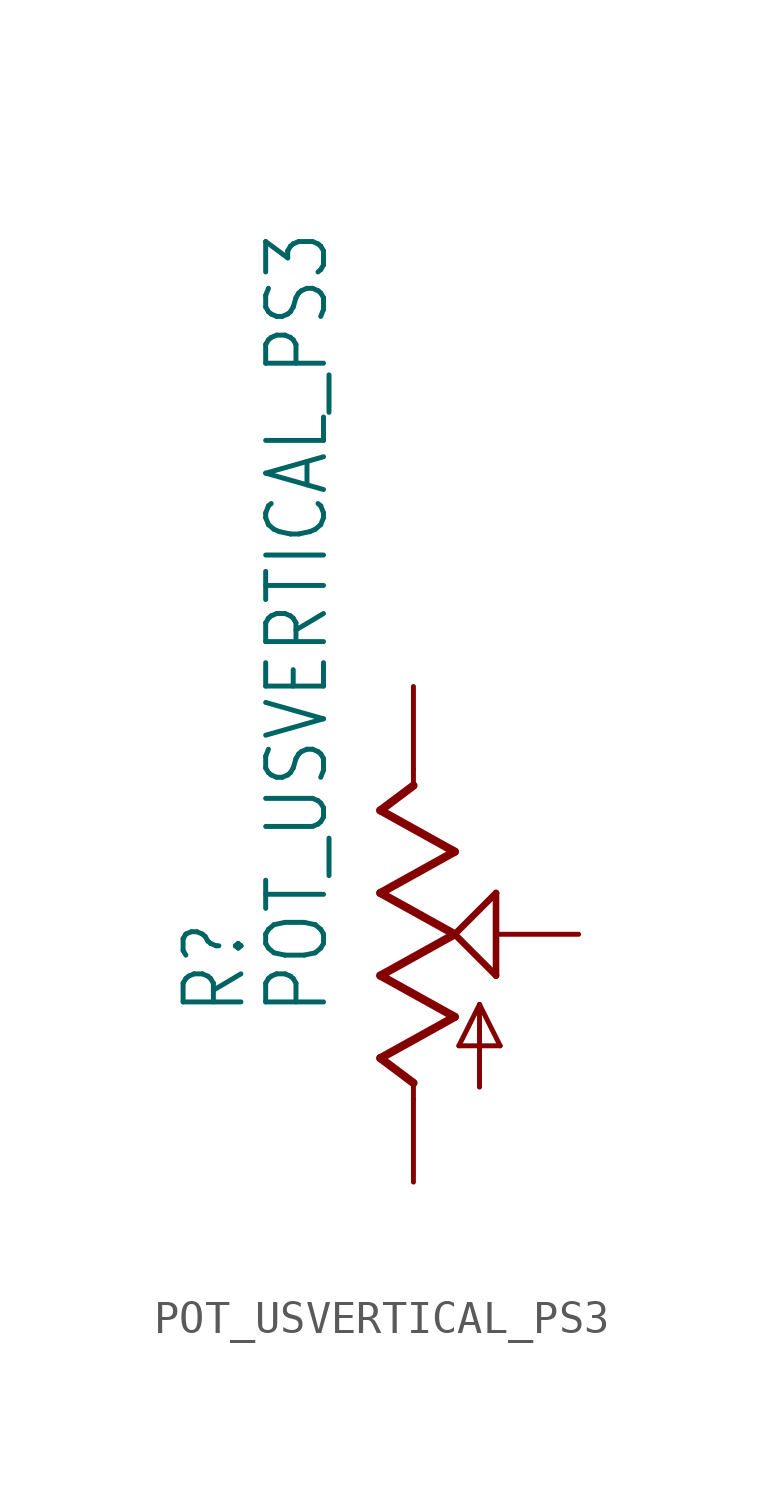
<source format=kicad_sym>
(kicad_symbol_lib
  (version 20211014)
  (generator kicad_symbol_editor)
  (symbol "POT_USVERTICAL_PS3"
    (property "Reference" "R"
      (at -5.08 -2.54 90)
      (effects (font (size 1.778 1.511)) (justify left bottom)))
    (property "Value" "POT_USVERTICAL_PS3"
      (at -2.54 -2.54 90)
      (effects (font (size 1.778 1.511)) (justify left bottom)))
    (property "ki_locked" ""
      (at 0 0 0)
      (effects (font (size 1.27 1.27))))
    (symbol "POT_USVERTICAL_PS3_1_0"
      (polyline (pts (xy -1.016 -3.81) (xy 1.27 -2.54)) (stroke (width 0.254) (type default) (color 0 0 0 0)) (fill (type none)))
      (polyline (pts (xy -1.016 -1.27) (xy 1.27 0)) (stroke (width 0.254) (type default) (color 0 0 0 0)) (fill (type none)))
      (polyline (pts (xy -1.016 1.27) (xy 1.27 2.54)) (stroke (width 0.254) (type default) (color 0 0 0 0)) (fill (type none)))
      (polyline (pts (xy -1.016 3.81) (xy 0 4.572)) (stroke (width 0.254) (type default) (color 0 0 0 0)) (fill (type none)))
      (polyline (pts (xy 0 -5.08) (xy 0 -4.572)) (stroke (width 0.152) (type default) (color 0 0 0 0)) (fill (type none)))
      (polyline (pts (xy 0 -4.572) (xy -1.016 -3.81)) (stroke (width 0.254) (type default) (color 0 0 0 0)) (fill (type none)))
      (polyline (pts (xy 0 4.572) (xy 0 5.08)) (stroke (width 0.152) (type default) (color 0 0 0 0)) (fill (type none)))
      (polyline (pts (xy 1.27 -2.54) (xy -1.016 -1.27)) (stroke (width 0.254) (type default) (color 0 0 0 0)) (fill (type none)))
      (polyline (pts (xy 1.27 0) (xy -1.016 1.27)) (stroke (width 0.254) (type default) (color 0 0 0 0)) (fill (type none)))
      (polyline (pts (xy 1.27 0) (xy 2.54 1.27)) (stroke (width 0.203) (type default) (color 0 0 0 0)) (fill (type none)))
      (polyline (pts (xy 1.27 2.54) (xy -1.016 3.81)) (stroke (width 0.254) (type default) (color 0 0 0 0)) (fill (type none)))
      (polyline (pts (xy 1.397 -3.429) (xy 2.032 -2.159)) (stroke (width 0.152) (type default) (color 0 0 0 0)) (fill (type none)))
      (polyline (pts (xy 2.032 -4.699) (xy 2.032 -2.159)) (stroke (width 0.152) (type default) (color 0 0 0 0)) (fill (type none)))
      (polyline (pts (xy 2.032 -2.159) (xy 2.667 -3.429)) (stroke (width 0.152) (type default) (color 0 0 0 0)) (fill (type none)))
      (polyline (pts (xy 2.54 -1.27) (xy 1.27 0)) (stroke (width 0.203) (type default) (color 0 0 0 0)) (fill (type none)))
      (polyline (pts (xy 2.54 1.27) (xy 2.54 -1.27)) (stroke (width 0.203) (type default) (color 0 0 0 0)) (fill (type none)))
      (polyline (pts (xy 2.667 -3.429) (xy 1.397 -3.429)) (stroke (width 0.152) (type default) (color 0 0 0 0)) (fill (type none)))
      (pin passive line (at 0 7.62 270) (length 2.54) (name "E" (effects (font (size 0 0)))) (number "P$1" (effects (font (size 0 0)))))
      (pin passive line (at 5.08 0 180) (length 2.54) (name "S" (effects (font (size 0 0)))) (number "P$2" (effects (font (size 0 0)))))
      (pin passive line (at 0 -7.62 90) (length 2.54) (name "A" (effects (font (size 0 0)))) (number "P$3" (effects (font (size 0 0))))))))
</source>
